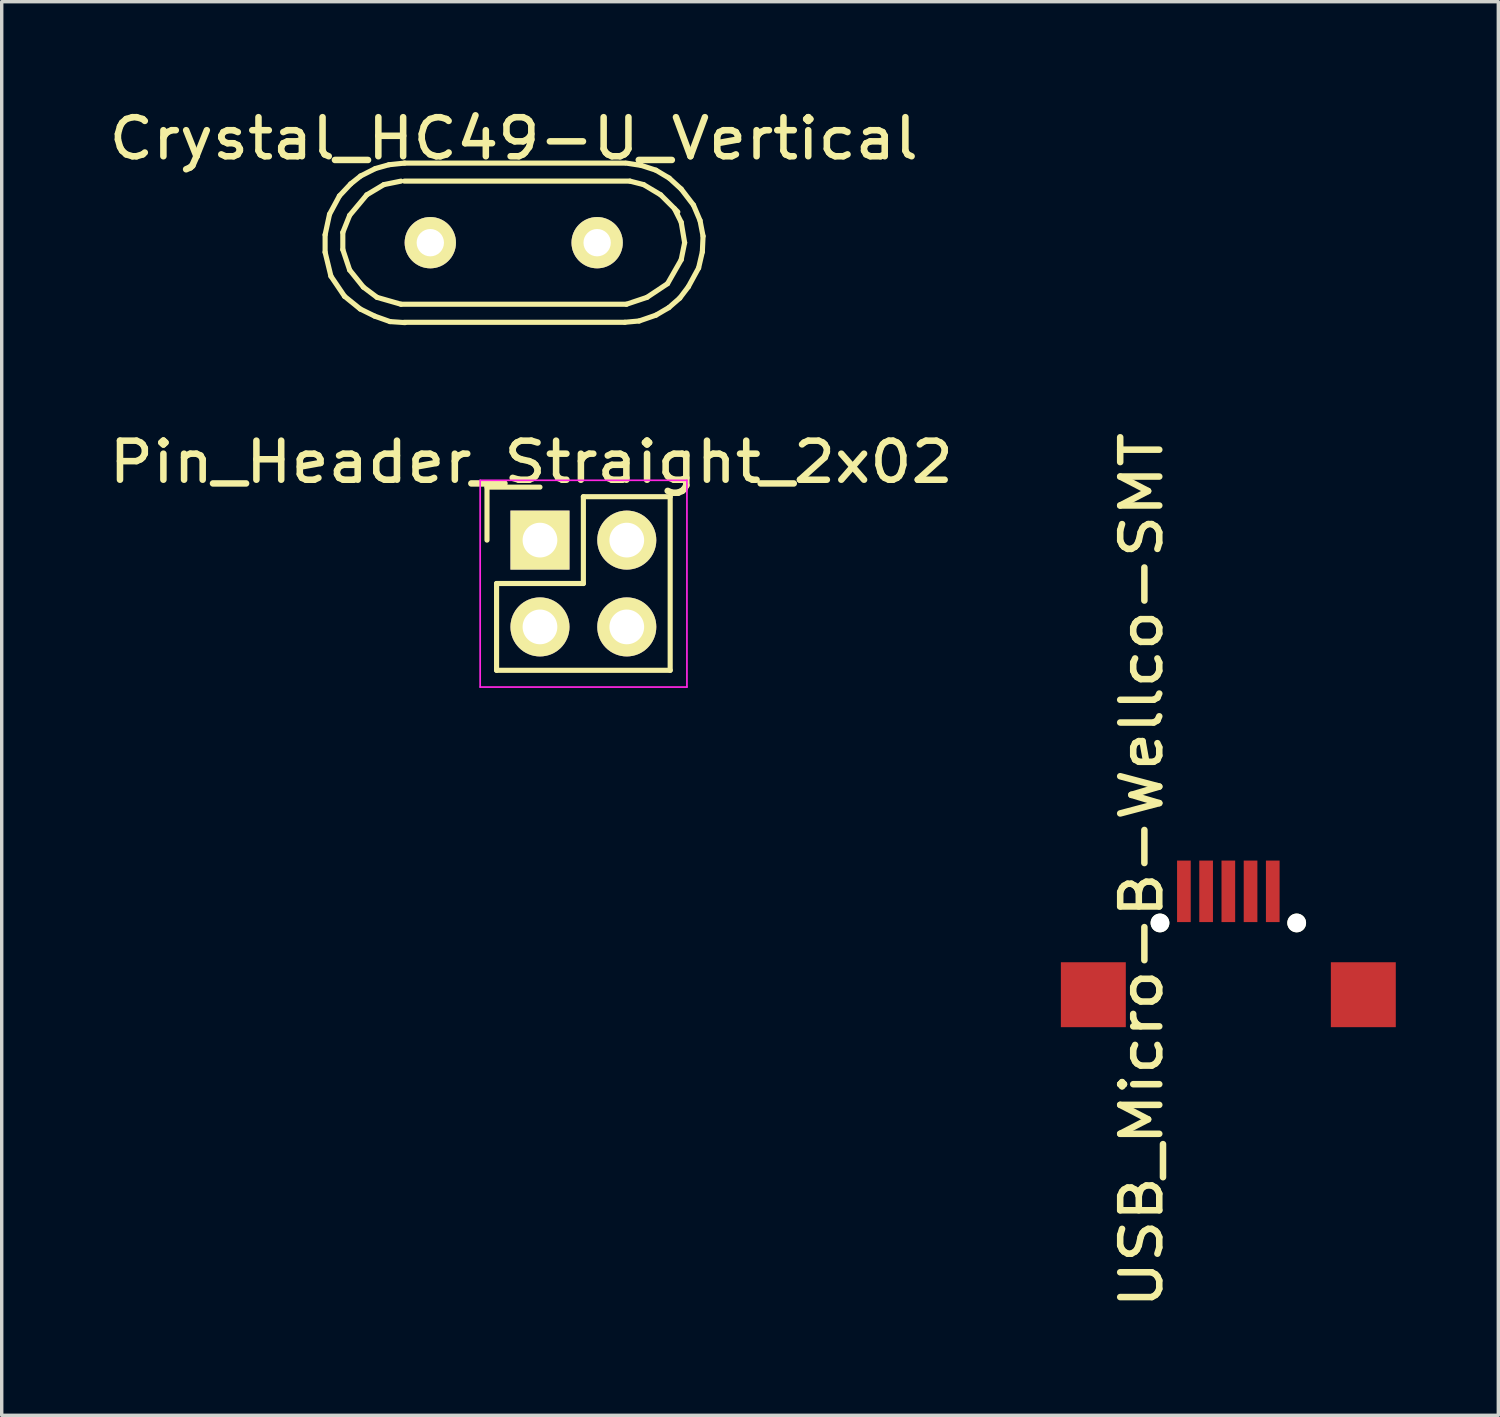
<source format=kicad_pcb>
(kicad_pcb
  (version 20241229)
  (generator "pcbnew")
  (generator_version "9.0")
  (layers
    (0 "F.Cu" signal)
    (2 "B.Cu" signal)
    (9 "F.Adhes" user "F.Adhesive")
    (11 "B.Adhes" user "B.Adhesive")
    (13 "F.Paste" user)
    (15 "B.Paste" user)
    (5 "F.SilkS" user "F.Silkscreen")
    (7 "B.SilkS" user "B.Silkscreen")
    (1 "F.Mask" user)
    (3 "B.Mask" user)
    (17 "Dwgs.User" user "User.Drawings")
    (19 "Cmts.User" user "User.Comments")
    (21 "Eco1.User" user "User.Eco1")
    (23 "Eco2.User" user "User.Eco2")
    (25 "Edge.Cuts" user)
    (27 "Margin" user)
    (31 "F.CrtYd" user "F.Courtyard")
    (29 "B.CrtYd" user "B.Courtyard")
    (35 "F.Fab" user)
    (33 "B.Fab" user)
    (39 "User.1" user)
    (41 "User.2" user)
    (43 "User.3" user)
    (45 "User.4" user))
  (footprint "USB_Micro-B-Wellco-SMT"
    (layer "F.Cu")
    (at 32.892 23.431)
    (property "Reference" "USB_Micro-B-Wellco-SMT" (at -2.54 -1.016 90) (layer "F.SilkS") (effects (font (size 1.143 1.27) (thickness 0.191))))
    (attr smd)
    (pad "" np_thru_hole circle (at -2 0.525 90) (size 0.55 0.55) (drill 0.55) (layers "*.Cu" "*.Mask" "F.SilkS"))
    (pad "" np_thru_hole circle (at 2 0.525 90) (size 0.55 0.55) (drill oval 0.55) (layers "*.Cu" "*.Mask" "F.SilkS"))
    (pad "1" smd rect (at -1.3 -0.4) (size 0.4 1.8) (layers "F.Cu" "F.Mask"))
    (pad "2" smd rect (at -0.65 -0.4) (size 0.4 1.8) (layers "F.Cu" "F.Mask"))
    (pad "3" smd rect (at 0 -0.4) (size 0.4 1.8) (layers "F.Cu" "F.Mask"))
    (pad "4" smd rect (at 0.65 -0.4) (size 0.4 1.8) (layers "F.Cu" "F.Mask"))
    (pad "5" smd rect (at 1.3 -0.4) (size 0.4 1.8) (layers "F.Cu" "F.Mask"))
    (pad "6" smd rect (at 3.95 2.625 90) (size 1.9 1.9) (layers "F.Cu" "F.Mask"))
    (pad "7" smd rect (at -3.95 2.625 90) (size 1.9 1.9) (layers "F.Cu" "F.Mask")))
  (footprint "Pin_Header_Straight_2x02"
    (layer "F.Cu")
    (at 12.75 12.754)
    (property "Reference" "Pin_Header_Straight_2x02" (at -0.254 -2.286 0) (layer "F.SilkS") (effects (font (size 1.143 1.27) (thickness 0.191))))
    (attr through_hole)
    (fp_line (start -1.55 0) (end -1.55 -1.55) (stroke (width 0.15) (type solid)) (layer "F.SilkS"))
    (fp_line (start -1.27 1.27) (end 1.27 1.27) (stroke (width 0.15) (type solid)) (layer "F.SilkS"))
    (fp_line (start -1.27 3.81) (end -1.27 1.27) (stroke (width 0.15) (type solid)) (layer "F.SilkS"))
    (fp_line (start 0 -1.55) (end -1.55 -1.55) (stroke (width 0.15) (type solid)) (layer "F.SilkS"))
    (fp_line (start 1.27 -1.27) (end 3.81 -1.27) (stroke (width 0.15) (type solid)) (layer "F.SilkS"))
    (fp_line (start 1.27 1.27) (end 1.27 -1.27) (stroke (width 0.15) (type solid)) (layer "F.SilkS"))
    (fp_line (start 3.81 -1.27) (end 3.81 3.81) (stroke (width 0.15) (type solid)) (layer "F.SilkS"))
    (fp_line (start 3.81 3.81) (end -1.27 3.81) (stroke (width 0.15) (type solid)) (layer "F.SilkS"))
    (fp_line (start -1.75 -1.75) (end -1.75 4.3) (stroke (width 0.05) (type solid)) (layer "F.CrtYd"))
    (fp_line (start -1.75 -1.75) (end 4.3 -1.75) (stroke (width 0.05) (type solid)) (layer "F.CrtYd"))
    (fp_line (start -1.75 4.3) (end 4.3 4.3) (stroke (width 0.05) (type solid)) (layer "F.CrtYd"))
    (fp_line (start 4.3 -1.75) (end 4.3 4.3) (stroke (width 0.05) (type solid)) (layer "F.CrtYd"))
    (pad "1" thru_hole rect (at 0 0) (size 1.727 1.727) (drill 1.016) (layers "*.Cu" "*.Mask" "F.SilkS"))
    (pad "2" thru_hole oval (at 2.54 0) (size 1.727 1.727) (drill 1.016) (layers "*.Cu" "*.Mask" "F.SilkS"))
    (pad "3" thru_hole oval (at 0 2.54) (size 1.727 1.727) (drill 1.016) (layers "*.Cu" "*.Mask" "F.SilkS"))
    (pad "4" thru_hole oval (at 2.54 2.54) (size 1.727 1.727) (drill 1.016) (layers "*.Cu" "*.Mask" "F.SilkS")))
  (footprint "Crystal_HC49-U_Vertical"
    (layer "F.Cu")
    (at 11.982 4.051)
    (property "Reference" "Crystal_HC49-U_Vertical" (at 0 -3.048 0) (layer "F.SilkS") (effects (font (size 1.143 1.27) (thickness 0.191))))
    (attr through_hole)
    (fp_line (start -5.519 -0.231) (end -5.519 0.279) (stroke (width 0.15) (type solid)) (layer "F.SilkS"))
    (fp_line (start -5.519 0.279) (end -5.349 0.98) (stroke (width 0.15) (type solid)) (layer "F.SilkS"))
    (fp_line (start -5.39 -0.831) (end -5.519 -0.231) (stroke (width 0.15) (type solid)) (layer "F.SilkS"))
    (fp_line (start -5.349 0.98) (end -4.95 1.57) (stroke (width 0.15) (type solid)) (layer "F.SilkS"))
    (fp_line (start -5.1 -1.369) (end -5.39 -0.831) (stroke (width 0.15) (type solid)) (layer "F.SilkS"))
    (fp_line (start -5.001 -0.3) (end -4.801 -0.8) (stroke (width 0.15) (type solid)) (layer "F.SilkS"))
    (fp_line (start -5.001 0.201) (end -5.001 -0.3) (stroke (width 0.15) (type solid)) (layer "F.SilkS"))
    (fp_line (start -4.95 1.57) (end -4.491 1.941) (stroke (width 0.15) (type solid)) (layer "F.SilkS"))
    (fp_line (start -4.801 -0.8) (end -4.3 -1.4) (stroke (width 0.15) (type solid)) (layer "F.SilkS"))
    (fp_line (start -4.801 0.8) (end -5.001 0.201) (stroke (width 0.15) (type solid)) (layer "F.SilkS"))
    (fp_line (start -4.77 -1.72) (end -5.1 -1.369) (stroke (width 0.15) (type solid)) (layer "F.SilkS"))
    (fp_line (start -4.491 1.941) (end -4.069 2.149) (stroke (width 0.15) (type solid)) (layer "F.SilkS"))
    (fp_line (start -4.481 -1.951) (end -4.77 -1.72) (stroke (width 0.15) (type solid)) (layer "F.SilkS"))
    (fp_line (start -4.399 1.3) (end -4.801 0.8) (stroke (width 0.15) (type solid)) (layer "F.SilkS"))
    (fp_line (start -4.3 -1.4) (end -3.8 -1.699) (stroke (width 0.15) (type solid)) (layer "F.SilkS"))
    (fp_line (start -4.069 2.149) (end -3.619 2.309) (stroke (width 0.15) (type solid)) (layer "F.SilkS"))
    (fp_line (start -4.049 -2.169) (end -4.481 -1.951) (stroke (width 0.15) (type solid)) (layer "F.SilkS"))
    (fp_line (start -4 1.6) (end -4.399 1.3) (stroke (width 0.15) (type solid)) (layer "F.SilkS"))
    (fp_line (start -3.8 -1.699) (end -3.299 -1.801) (stroke (width 0.15) (type solid)) (layer "F.SilkS"))
    (fp_line (start -3.65 -2.281) (end -4.049 -2.169) (stroke (width 0.15) (type solid)) (layer "F.SilkS"))
    (fp_line (start -3.619 2.309) (end -3.18 2.339) (stroke (width 0.15) (type solid)) (layer "F.SilkS"))
    (fp_line (start -3.299 1.801) (end -4 1.6) (stroke (width 0.15) (type solid)) (layer "F.SilkS"))
    (fp_line (start -3.2 -2.329) (end 3.251 -2.329) (stroke (width 0.15) (type solid)) (layer "F.SilkS"))
    (fp_line (start -3.2 -1.801) (end 3.401 -1.801) (stroke (width 0.15) (type solid)) (layer "F.SilkS"))
    (fp_line (start -3.2 2.329) (end 3.251 2.329) (stroke (width 0.15) (type solid)) (layer "F.SilkS"))
    (fp_line (start -3.19 -2.329) (end -3.65 -2.281) (stroke (width 0.15) (type solid)) (layer "F.SilkS"))
    (fp_line (start 3.251 2.329) (end 3.67 2.291) (stroke (width 0.15) (type solid)) (layer "F.SilkS"))
    (fp_line (start 3.299 1.801) (end -3.299 1.801) (stroke (width 0.15) (type solid)) (layer "F.SilkS"))
    (fp_line (start 3.401 -1.801) (end 3.8 -1.699) (stroke (width 0.15) (type solid)) (layer "F.SilkS"))
    (fp_line (start 3.67 2.291) (end 4.161 2.121) (stroke (width 0.15) (type solid)) (layer "F.SilkS"))
    (fp_line (start 3.731 -2.261) (end 3.289 -2.329) (stroke (width 0.15) (type solid)) (layer "F.SilkS"))
    (fp_line (start 3.8 -1.699) (end 4.3 -1.4) (stroke (width 0.15) (type solid)) (layer "F.SilkS"))
    (fp_line (start 3.899 1.6) (end 3.299 1.801) (stroke (width 0.15) (type solid)) (layer "F.SilkS"))
    (fp_line (start 4.161 -2.121) (end 3.731 -2.261) (stroke (width 0.15) (type solid)) (layer "F.SilkS"))
    (fp_line (start 4.161 2.121) (end 4.539 1.9) (stroke (width 0.15) (type solid)) (layer "F.SilkS"))
    (fp_line (start 4.3 -1.4) (end 4.801 -0.899) (stroke (width 0.15) (type solid)) (layer "F.SilkS"))
    (fp_line (start 4.501 1.199) (end 3.899 1.6) (stroke (width 0.15) (type solid)) (layer "F.SilkS"))
    (fp_line (start 4.539 1.9) (end 4.859 1.621) (stroke (width 0.15) (type solid)) (layer "F.SilkS"))
    (fp_line (start 4.549 -1.89) (end 4.161 -2.121) (stroke (width 0.15) (type solid)) (layer "F.SilkS"))
    (fp_line (start 4.699 -1.001) (end 4.9 -0.599) (stroke (width 0.15) (type solid)) (layer "F.SilkS"))
    (fp_line (start 4.859 1.621) (end 5.11 1.29) (stroke (width 0.15) (type solid)) (layer "F.SilkS"))
    (fp_line (start 4.9 -1.57) (end 4.549 -1.89) (stroke (width 0.15) (type solid)) (layer "F.SilkS"))
    (fp_line (start 4.9 -0.599) (end 5.001 0) (stroke (width 0.15) (type solid)) (layer "F.SilkS"))
    (fp_line (start 4.9 0.5) (end 4.501 1.199) (stroke (width 0.15) (type solid)) (layer "F.SilkS"))
    (fp_line (start 5.001 0) (end 4.9 0.5) (stroke (width 0.15) (type solid)) (layer "F.SilkS"))
    (fp_line (start 5.11 1.29) (end 5.41 0.739) (stroke (width 0.15) (type solid)) (layer "F.SilkS"))
    (fp_line (start 5.26 -1.1) (end 4.9 -1.57) (stroke (width 0.15) (type solid)) (layer "F.SilkS"))
    (fp_line (start 5.41 0.739) (end 5.519 0.269) (stroke (width 0.15) (type solid)) (layer "F.SilkS"))
    (fp_line (start 5.451 -0.65) (end 5.26 -1.1) (stroke (width 0.15) (type solid)) (layer "F.SilkS"))
    (fp_line (start 5.519 0.269) (end 5.54 -0.191) (stroke (width 0.15) (type solid)) (layer "F.SilkS"))
    (fp_line (start 5.54 -0.191) (end 5.451 -0.65) (stroke (width 0.15) (type solid)) (layer "F.SilkS"))
    (pad "1" thru_hole circle (at -2.441 0) (size 1.501 1.501) (drill 0.8) (layers "*.Cu" "*.Mask" "F.SilkS"))
    (pad "2" thru_hole circle (at 2.441 0) (size 1.501 1.501) (drill 0.8) (layers "*.Cu" "*.Mask" "F.SilkS")))
  (gr_rect
    (start -3 -3)
    (end 40.792 38.364)
    (stroke (width 0.1) (type default))
    (fill no)
    (layer "Edge.Cuts")))
</source>
